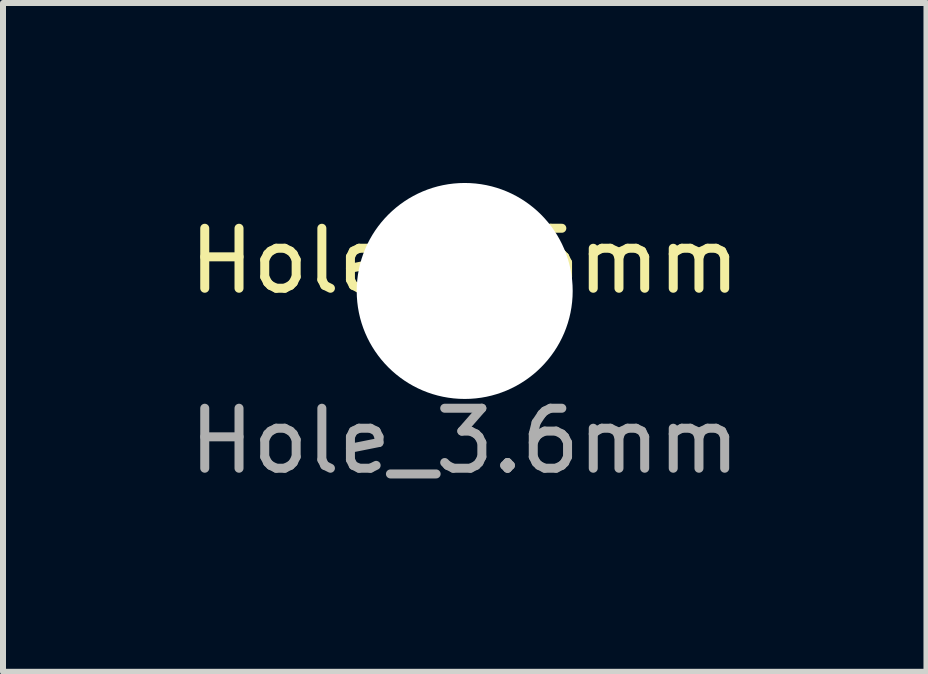
<source format=kicad_pcb>
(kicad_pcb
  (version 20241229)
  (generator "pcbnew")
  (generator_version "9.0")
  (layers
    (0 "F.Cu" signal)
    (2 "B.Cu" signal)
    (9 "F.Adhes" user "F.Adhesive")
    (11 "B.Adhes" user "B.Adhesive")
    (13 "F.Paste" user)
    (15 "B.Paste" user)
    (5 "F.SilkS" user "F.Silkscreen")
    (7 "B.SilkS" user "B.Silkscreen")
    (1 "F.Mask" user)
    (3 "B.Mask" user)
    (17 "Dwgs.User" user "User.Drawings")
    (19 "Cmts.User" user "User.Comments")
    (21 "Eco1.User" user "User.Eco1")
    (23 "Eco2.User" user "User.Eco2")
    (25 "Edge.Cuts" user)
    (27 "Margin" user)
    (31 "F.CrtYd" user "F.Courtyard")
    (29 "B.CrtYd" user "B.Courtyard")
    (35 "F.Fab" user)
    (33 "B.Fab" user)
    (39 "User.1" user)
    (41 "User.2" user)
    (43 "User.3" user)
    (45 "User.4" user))
  (footprint "Hole_3.6mm"
    (layer "F.Cu")
    (at 4.696 1.8)
    (property "Reference" "Hole_3.6mm" (at 0 -0.5 0) (unlocked yes) (layer "F.SilkS") (effects (font (size 1 1) (thickness 0.15))))
    (attr through_hole)
    (fp_text user "${REFERENCE}" (at 0 2.5 0) (unlocked yes) (layer "F.Fab") (effects (font (size 1 1) (thickness 0.15))))
    (pad "" np_thru_hole circle (at 0 0) (size 3.6 3.6) (drill 3.6) (layers "*.Cu" "*.Mask")))
  (gr_rect
    (start -3 -3)
    (end 12.393 8.148)
    (stroke (width 0.1) (type default))
    (fill no)
    (layer "Edge.Cuts")))
</source>
